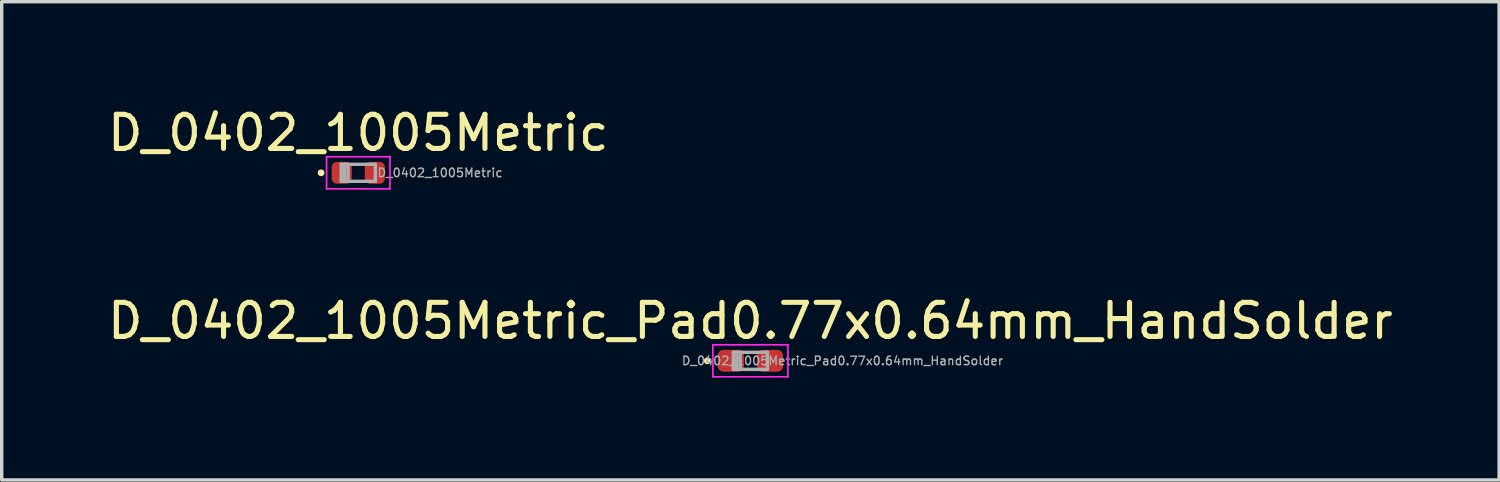
<source format=kicad_pcb>
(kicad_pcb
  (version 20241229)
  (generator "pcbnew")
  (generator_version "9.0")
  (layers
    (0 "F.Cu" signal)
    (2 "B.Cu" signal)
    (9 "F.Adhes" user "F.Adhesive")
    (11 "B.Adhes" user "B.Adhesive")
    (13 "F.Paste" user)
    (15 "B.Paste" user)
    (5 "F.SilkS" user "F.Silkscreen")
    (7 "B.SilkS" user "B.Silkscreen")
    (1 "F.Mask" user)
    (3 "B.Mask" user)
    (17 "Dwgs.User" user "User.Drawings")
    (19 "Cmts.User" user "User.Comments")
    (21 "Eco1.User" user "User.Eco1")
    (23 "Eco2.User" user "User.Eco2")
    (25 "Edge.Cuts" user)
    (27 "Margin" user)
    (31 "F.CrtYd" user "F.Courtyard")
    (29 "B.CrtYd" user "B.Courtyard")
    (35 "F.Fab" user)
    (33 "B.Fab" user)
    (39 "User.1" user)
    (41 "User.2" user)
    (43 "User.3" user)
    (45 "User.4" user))
  (footprint "D_0402_1005Metric"
    (layer "F.Cu")
    (at 7.458 2.018)
    (property "Reference" "D_0402_1005Metric" (at 0 -1.17 0) (layer "F.SilkS") (effects (font (size 1 1) (thickness 0.15))))
    (attr smd)
    (fp_circle (center -1.09 0) (end -1.04 0) (stroke (width 0.1) (type solid)) (fill no) (layer "F.SilkS"))
    (fp_line (start -0.93 -0.47) (end 0.93 -0.47) (stroke (width 0.05) (type solid)) (layer "F.CrtYd"))
    (fp_line (start -0.93 0.47) (end -0.93 -0.47) (stroke (width 0.05) (type solid)) (layer "F.CrtYd"))
    (fp_line (start 0.93 -0.47) (end 0.93 0.47) (stroke (width 0.05) (type solid)) (layer "F.CrtYd"))
    (fp_line (start 0.93 0.47) (end -0.93 0.47) (stroke (width 0.05) (type solid)) (layer "F.CrtYd"))
    (fp_line (start -0.5 -0.25) (end 0.5 -0.25) (stroke (width 0.1) (type solid)) (layer "F.Fab"))
    (fp_line (start -0.5 0.25) (end -0.5 -0.25) (stroke (width 0.1) (type solid)) (layer "F.Fab"))
    (fp_line (start -0.4 0.25) (end -0.4 -0.25) (stroke (width 0.1) (type solid)) (layer "F.Fab"))
    (fp_line (start -0.3 0.25) (end -0.3 -0.25) (stroke (width 0.1) (type solid)) (layer "F.Fab"))
    (fp_line (start 0.5 -0.25) (end 0.5 0.25) (stroke (width 0.1) (type solid)) (layer "F.Fab"))
    (fp_line (start 0.5 0.25) (end -0.5 0.25) (stroke (width 0.1) (type solid)) (layer "F.Fab"))
    (fp_text user "${REFERENCE}" (at 2.4 0 0) (layer "F.Fab") (effects (font (size 0.25 0.25) (thickness 0.04))))
    (pad "1" smd roundrect (at -0.485 0) (size 0.59 0.64) (layers "F.Cu" "F.Mask" "F.Paste") (roundrect_rratio 0.25))
    (pad "2" smd roundrect (at 0.485 0) (size 0.59 0.64) (layers "F.Cu" "F.Mask" "F.Paste") (roundrect_rratio 0.25)))
  (footprint "D_0402_1005Metric_Pad0.77x0.64mm_HandSolder"
    (layer "F.Cu")
    (at 18.958 7.532)
    (property "Reference" "D_0402_1005Metric_Pad0.77x0.64mm_HandSolder" (at 0 -1.17 0) (layer "F.SilkS") (effects (font (size 1 1) (thickness 0.15))))
    (attr smd)
    (fp_circle (center -1.265 0) (end -1.215 0) (stroke (width 0.1) (type solid)) (fill no) (layer "F.SilkS"))
    (fp_line (start -1.1 -0.47) (end 1.1 -0.47) (stroke (width 0.05) (type solid)) (layer "F.CrtYd"))
    (fp_line (start -1.1 0.47) (end -1.1 -0.47) (stroke (width 0.05) (type solid)) (layer "F.CrtYd"))
    (fp_line (start 1.1 -0.47) (end 1.1 0.47) (stroke (width 0.05) (type solid)) (layer "F.CrtYd"))
    (fp_line (start 1.1 0.47) (end -1.1 0.47) (stroke (width 0.05) (type solid)) (layer "F.CrtYd"))
    (fp_line (start -0.5 -0.25) (end 0.5 -0.25) (stroke (width 0.1) (type solid)) (layer "F.Fab"))
    (fp_line (start -0.5 0.25) (end -0.5 -0.25) (stroke (width 0.1) (type solid)) (layer "F.Fab"))
    (fp_line (start -0.4 0.25) (end -0.4 -0.25) (stroke (width 0.1) (type solid)) (layer "F.Fab"))
    (fp_line (start -0.3 0.25) (end -0.3 -0.25) (stroke (width 0.1) (type solid)) (layer "F.Fab"))
    (fp_line (start 0.5 -0.25) (end 0.5 0.25) (stroke (width 0.1) (type solid)) (layer "F.Fab"))
    (fp_line (start 0.5 0.25) (end -0.5 0.25) (stroke (width 0.1) (type solid)) (layer "F.Fab"))
    (fp_text user "${REFERENCE}" (at 2.7 0 0) (layer "F.Fab") (effects (font (size 0.25 0.25) (thickness 0.04))))
    (pad "1" smd roundrect (at -0.573 0) (size 0.765 0.64) (layers "F.Cu" "F.Mask" "F.Paste") (roundrect_rratio 0.25))
    (pad "2" smd roundrect (at 0.573 0) (size 0.765 0.64) (layers "F.Cu" "F.Mask" "F.Paste") (roundrect_rratio 0.25)))
  (gr_rect
    (start -3 -3)
    (end 40.917 11.027)
    (stroke (width 0.1) (type default))
    (fill no)
    (layer "Edge.Cuts")))
</source>
